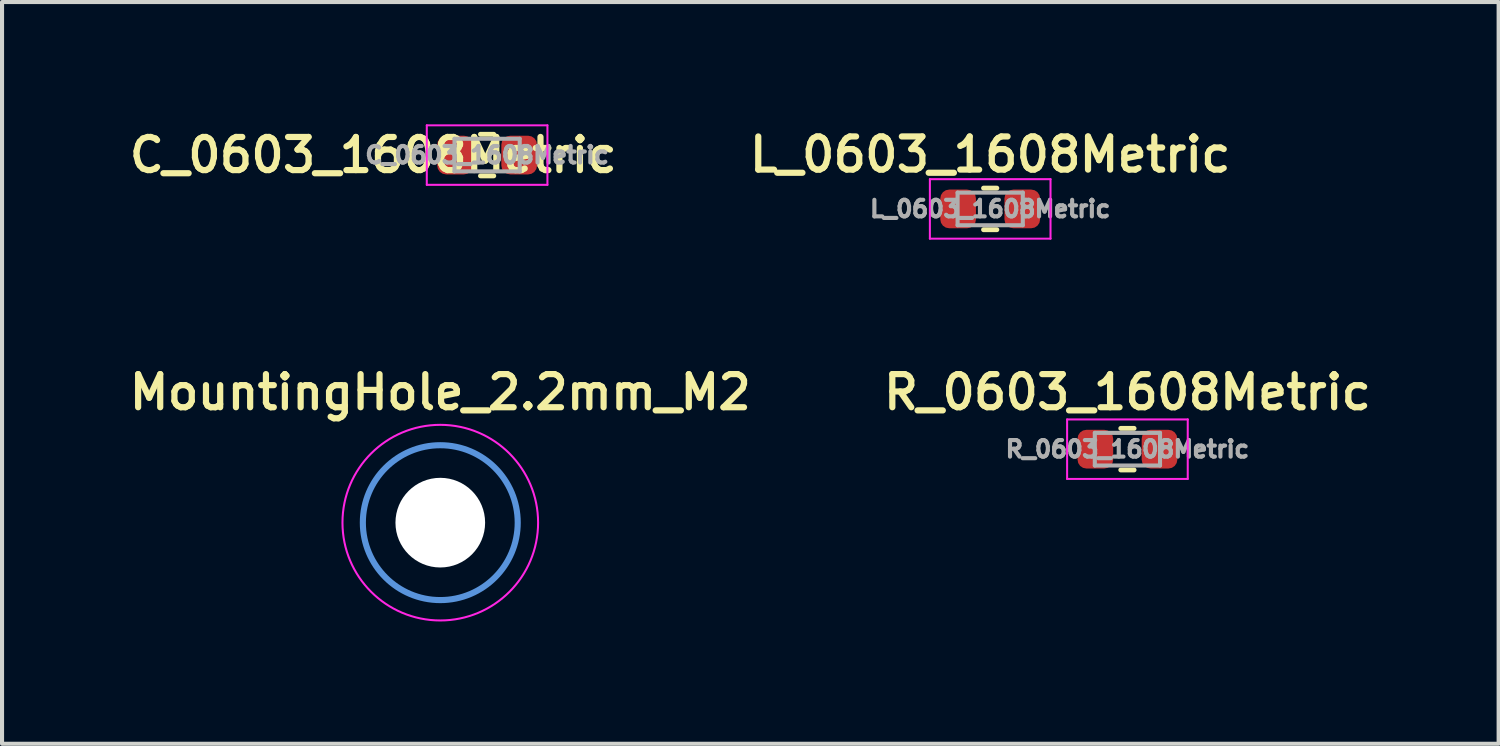
<source format=kicad_pcb>
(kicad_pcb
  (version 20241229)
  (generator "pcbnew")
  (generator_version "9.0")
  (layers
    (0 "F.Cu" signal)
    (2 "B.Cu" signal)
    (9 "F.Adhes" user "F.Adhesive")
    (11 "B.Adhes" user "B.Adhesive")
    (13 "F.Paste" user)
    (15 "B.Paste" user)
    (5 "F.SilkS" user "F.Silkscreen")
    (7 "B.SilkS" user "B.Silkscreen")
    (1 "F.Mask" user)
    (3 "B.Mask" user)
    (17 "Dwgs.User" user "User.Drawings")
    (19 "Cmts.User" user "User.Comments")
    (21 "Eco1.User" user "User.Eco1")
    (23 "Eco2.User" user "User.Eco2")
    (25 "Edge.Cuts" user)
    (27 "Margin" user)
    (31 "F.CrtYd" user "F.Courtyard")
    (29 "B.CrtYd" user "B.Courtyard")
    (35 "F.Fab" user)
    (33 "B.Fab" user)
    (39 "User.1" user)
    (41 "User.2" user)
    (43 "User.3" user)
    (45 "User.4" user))
  (footprint "R_0603_1608Metric"
    (layer "F.Cu")
    (at 24.613 7.971)
    (property "Reference" "R_0603_1608Metric" (at 0 -1.397 0) (layer "F.SilkS") (effects (font (size 0.813 0.813) (thickness 0.152))))
    (attr smd)
    (fp_line (start -0.163 -0.51) (end 0.163 -0.51) (stroke (width 0.12) (type solid)) (layer "F.SilkS"))
    (fp_line (start -0.163 0.51) (end 0.163 0.51) (stroke (width 0.12) (type solid)) (layer "F.SilkS"))
    (fp_line (start -1.48 -0.73) (end 1.48 -0.73) (stroke (width 0.05) (type solid)) (layer "F.CrtYd"))
    (fp_line (start -1.48 0.73) (end -1.48 -0.73) (stroke (width 0.05) (type solid)) (layer "F.CrtYd"))
    (fp_line (start 1.48 -0.73) (end 1.48 0.73) (stroke (width 0.05) (type solid)) (layer "F.CrtYd"))
    (fp_line (start 1.48 0.73) (end -1.48 0.73) (stroke (width 0.05) (type solid)) (layer "F.CrtYd"))
    (fp_line (start -0.8 -0.4) (end 0.8 -0.4) (stroke (width 0.1) (type solid)) (layer "F.Fab"))
    (fp_line (start -0.8 0.4) (end -0.8 -0.4) (stroke (width 0.1) (type solid)) (layer "F.Fab"))
    (fp_line (start 0.8 -0.4) (end 0.8 0.4) (stroke (width 0.1) (type solid)) (layer "F.Fab"))
    (fp_line (start 0.8 0.4) (end -0.8 0.4) (stroke (width 0.1) (type solid)) (layer "F.Fab"))
    (fp_text user "${REFERENCE}" (at 0 0 0) (layer "F.Fab") (effects (font (size 0.406 0.406) (thickness 0.102))))
    (pad "1" smd roundrect (at -0.787 0) (size 0.875 0.95) (layers "F.Cu" "F.Mask" "F.Paste") (roundrect_rratio 0.25))
    (pad "2" smd roundrect (at 0.787 0) (size 0.875 0.95) (layers "F.Cu" "F.Mask" "F.Paste") (roundrect_rratio 0.25)))
  (footprint "L_0603_1608Metric"
    (layer "F.Cu")
    (at 21.246 2.076)
    (property "Reference" "L_0603_1608Metric" (at 0 -1.333 0) (layer "F.SilkS") (effects (font (size 0.813 0.813) (thickness 0.152))))
    (attr smd)
    (fp_line (start -0.163 -0.51) (end 0.163 -0.51) (stroke (width 0.12) (type solid)) (layer "F.SilkS"))
    (fp_line (start -0.163 0.51) (end 0.163 0.51) (stroke (width 0.12) (type solid)) (layer "F.SilkS"))
    (fp_line (start -1.48 -0.73) (end 1.48 -0.73) (stroke (width 0.05) (type solid)) (layer "F.CrtYd"))
    (fp_line (start -1.48 0.73) (end -1.48 -0.73) (stroke (width 0.05) (type solid)) (layer "F.CrtYd"))
    (fp_line (start 1.48 -0.73) (end 1.48 0.73) (stroke (width 0.05) (type solid)) (layer "F.CrtYd"))
    (fp_line (start 1.48 0.73) (end -1.48 0.73) (stroke (width 0.05) (type solid)) (layer "F.CrtYd"))
    (fp_line (start -0.8 -0.4) (end 0.8 -0.4) (stroke (width 0.1) (type solid)) (layer "F.Fab"))
    (fp_line (start -0.8 0.4) (end -0.8 -0.4) (stroke (width 0.1) (type solid)) (layer "F.Fab"))
    (fp_line (start 0.8 -0.4) (end 0.8 0.4) (stroke (width 0.1) (type solid)) (layer "F.Fab"))
    (fp_line (start 0.8 0.4) (end -0.8 0.4) (stroke (width 0.1) (type solid)) (layer "F.Fab"))
    (fp_text user "${REFERENCE}" (at 0 0 0) (layer "F.Fab") (effects (font (size 0.406 0.406) (thickness 0.102))))
    (pad "1" smd roundrect (at -0.787 0) (size 0.875 0.95) (layers "F.Cu" "F.Mask" "F.Paste") (roundrect_rratio 0.25))
    (pad "2" smd roundrect (at 0.787 0) (size 0.875 0.95) (layers "F.Cu" "F.Mask" "F.Paste") (roundrect_rratio 0.25)))
  (footprint "C_0603_1608Metric"
    (layer "F.Cu")
    (at 8.902 0.755)
    (property "Reference" "C_0603_1608Metric" (at -2.794 0 180) (layer "F.SilkS") (effects (font (size 0.813 0.813) (thickness 0.152))))
    (attr smd)
    (fp_line (start -0.163 -0.51) (end 0.163 -0.51) (stroke (width 0.12) (type solid)) (layer "F.SilkS"))
    (fp_line (start -0.163 0.51) (end 0.163 0.51) (stroke (width 0.12) (type solid)) (layer "F.SilkS"))
    (fp_line (start -1.48 -0.73) (end 1.48 -0.73) (stroke (width 0.05) (type solid)) (layer "F.CrtYd"))
    (fp_line (start -1.48 0.73) (end -1.48 -0.73) (stroke (width 0.05) (type solid)) (layer "F.CrtYd"))
    (fp_line (start 1.48 -0.73) (end 1.48 0.73) (stroke (width 0.05) (type solid)) (layer "F.CrtYd"))
    (fp_line (start 1.48 0.73) (end -1.48 0.73) (stroke (width 0.05) (type solid)) (layer "F.CrtYd"))
    (fp_line (start -0.8 -0.4) (end 0.8 -0.4) (stroke (width 0.1) (type solid)) (layer "F.Fab"))
    (fp_line (start -0.8 0.4) (end -0.8 -0.4) (stroke (width 0.1) (type solid)) (layer "F.Fab"))
    (fp_line (start 0.8 -0.4) (end 0.8 0.4) (stroke (width 0.1) (type solid)) (layer "F.Fab"))
    (fp_line (start 0.8 0.4) (end -0.8 0.4) (stroke (width 0.1) (type solid)) (layer "F.Fab"))
    (fp_text user "${REFERENCE}" (at 0 0 180) (layer "F.Fab") (effects (font (size 0.406 0.406) (thickness 0.102))))
    (pad "1" smd roundrect (at -0.787 0) (size 0.875 0.95) (layers "F.Cu" "F.Mask" "F.Paste") (roundrect_rratio 0.25))
    (pad "2" smd roundrect (at 0.787 0) (size 0.875 0.95) (layers "F.Cu" "F.Mask" "F.Paste") (roundrect_rratio 0.25)))
  (footprint "MountingHole_2.2mm_M2"
    (layer "F.Cu")
    (at 7.753 9.774)
    (property "Reference" "MountingHole_2.2mm_M2" (at 0 -3.2 0) (layer "F.SilkS") (effects (font (size 0.813 0.813) (thickness 0.152))))
    (attr through_hole)
    (fp_circle (center 0 0) (end 1.9 0) (stroke (width 0.15) (type solid)) (fill no) (layer "Cmts.User"))
    (fp_circle (center 0 0) (end 2.4 0) (stroke (width 0.05) (type solid)) (fill no) (layer "F.CrtYd"))
    (pad "" np_thru_hole circle (at 0 0) (size 2.2 2.2) (drill 2.2) (layers "*.Cu" "*.Mask")))
  (gr_rect
    (start -3 -3)
    (end 33.721 15.199)
    (stroke (width 0.1) (type default))
    (fill no)
    (layer "Edge.Cuts")))
</source>
